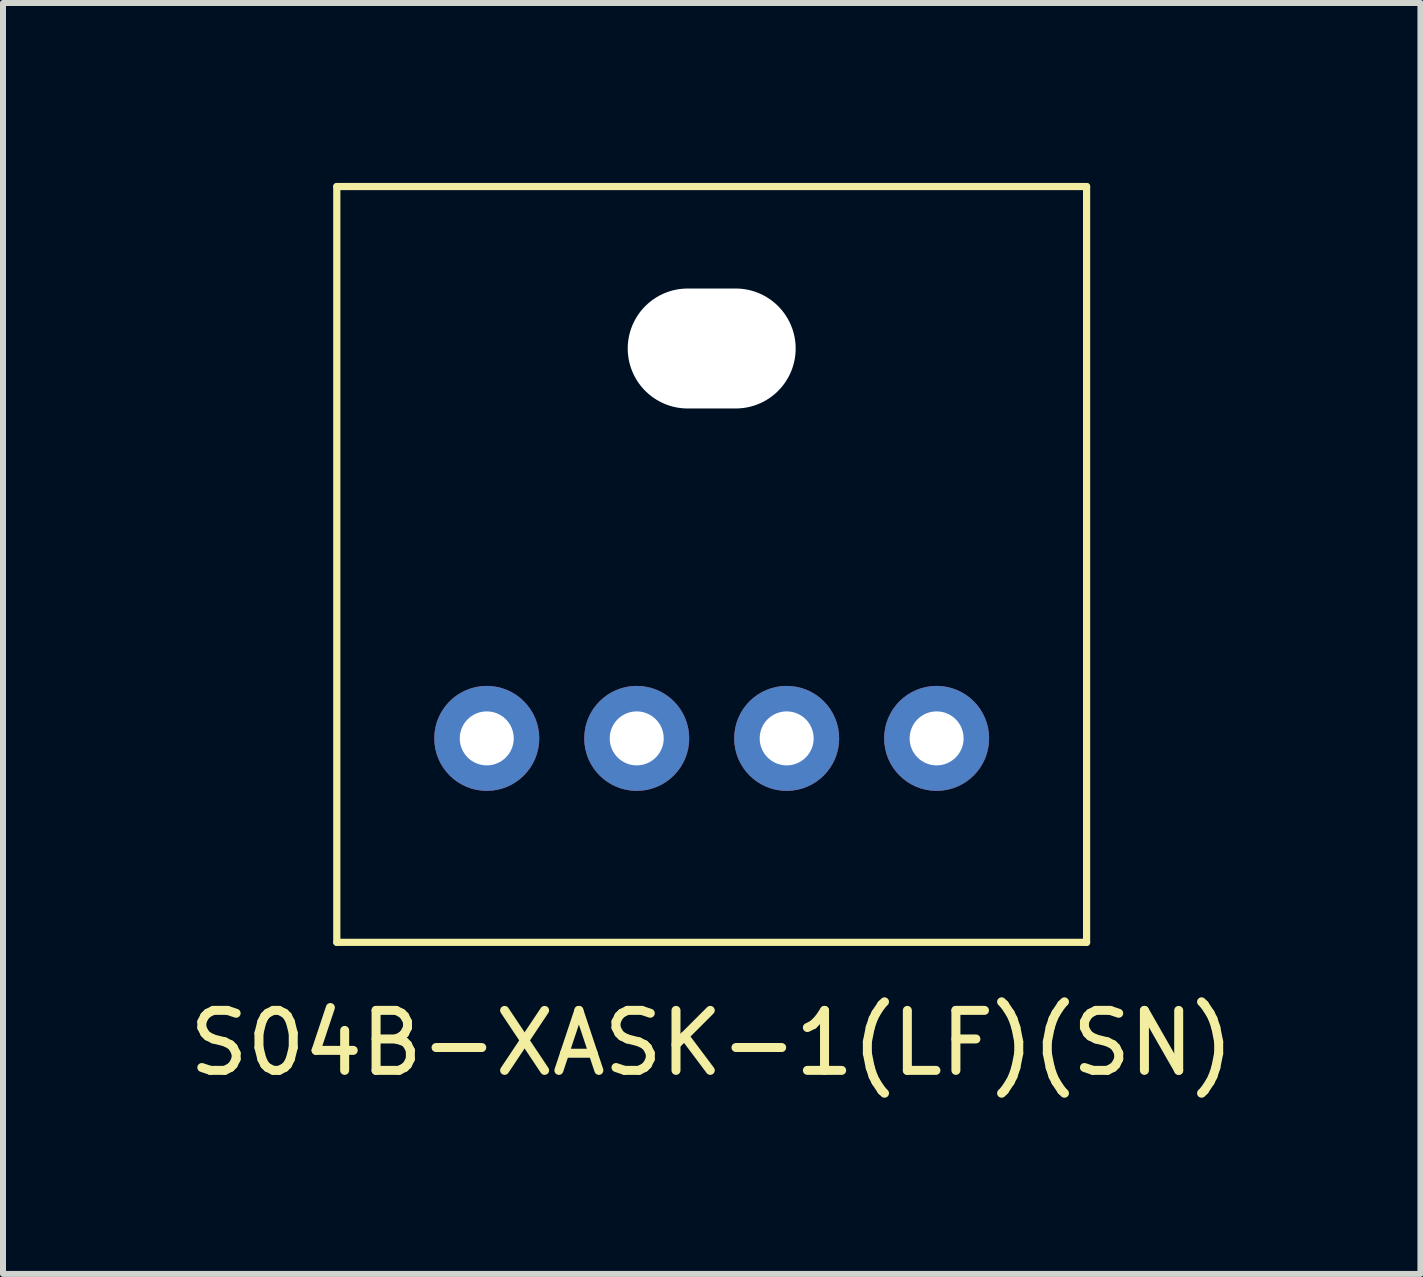
<source format=kicad_pcb>
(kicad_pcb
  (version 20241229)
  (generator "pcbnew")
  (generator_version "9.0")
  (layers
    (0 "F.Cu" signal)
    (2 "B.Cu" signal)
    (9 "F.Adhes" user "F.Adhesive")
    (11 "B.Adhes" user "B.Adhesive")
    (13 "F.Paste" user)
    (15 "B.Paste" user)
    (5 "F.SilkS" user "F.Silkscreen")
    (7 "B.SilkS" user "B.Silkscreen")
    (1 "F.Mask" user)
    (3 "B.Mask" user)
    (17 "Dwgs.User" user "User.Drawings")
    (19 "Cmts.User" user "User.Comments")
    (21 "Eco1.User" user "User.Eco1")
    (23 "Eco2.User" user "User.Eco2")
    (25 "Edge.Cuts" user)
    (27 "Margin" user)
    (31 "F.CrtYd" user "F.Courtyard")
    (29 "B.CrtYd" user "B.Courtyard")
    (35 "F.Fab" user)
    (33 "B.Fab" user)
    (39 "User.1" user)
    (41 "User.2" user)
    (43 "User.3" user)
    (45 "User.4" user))
  (footprint "S04B-XASK-1(LF)(SN)"
    (layer "F.Cu")
    (at 8.815 0.37)
    (property "Reference" "S04B-XASK-1(LF)(SN)" (at 0 13.97 0) (layer "F.SilkS") (effects (font (size 1 1) (thickness 0.15))))
    (attr through_hole)
    (fp_line (start -6.25 -0.31) (end -6.25 12.29) (stroke (width 0.12) (type solid)) (layer "F.SilkS"))
    (fp_line (start -6.25 -0.31) (end 6.25 -0.31) (stroke (width 0.12) (type solid)) (layer "F.SilkS"))
    (fp_line (start -6.25 12.29) (end 6.25 12.29) (stroke (width 0.12) (type solid)) (layer "F.SilkS"))
    (fp_line (start 6.25 -0.31) (end 6.25 12.29) (stroke (width 0.12) (type solid)) (layer "F.SilkS"))
    (pad "" np_thru_hole oval (at 0 2.39) (size 2.8 2) (drill oval 2.8 2) (layers "*.Cu" "*.Mask"))
    (pad "1" thru_hole circle (at 3.75 8.89) (size 1.75 1.75) (drill 0.9) (layers "*.Cu" "*.Mask"))
    (pad "2" thru_hole circle (at 1.25 8.89) (size 1.75 1.75) (drill 0.9) (layers "*.Cu" "*.Mask"))
    (pad "3" thru_hole circle (at -1.25 8.89) (size 1.75 1.75) (drill 0.9) (layers "*.Cu" "*.Mask"))
    (pad "4" thru_hole circle (at -3.75 8.89) (size 1.75 1.75) (drill 0.9) (layers "*.Cu" "*.Mask")))
  (gr_rect
    (start -3 -3)
    (end 20.631 18.188)
    (stroke (width 0.1) (type default))
    (fill no)
    (layer "Edge.Cuts")))
</source>
